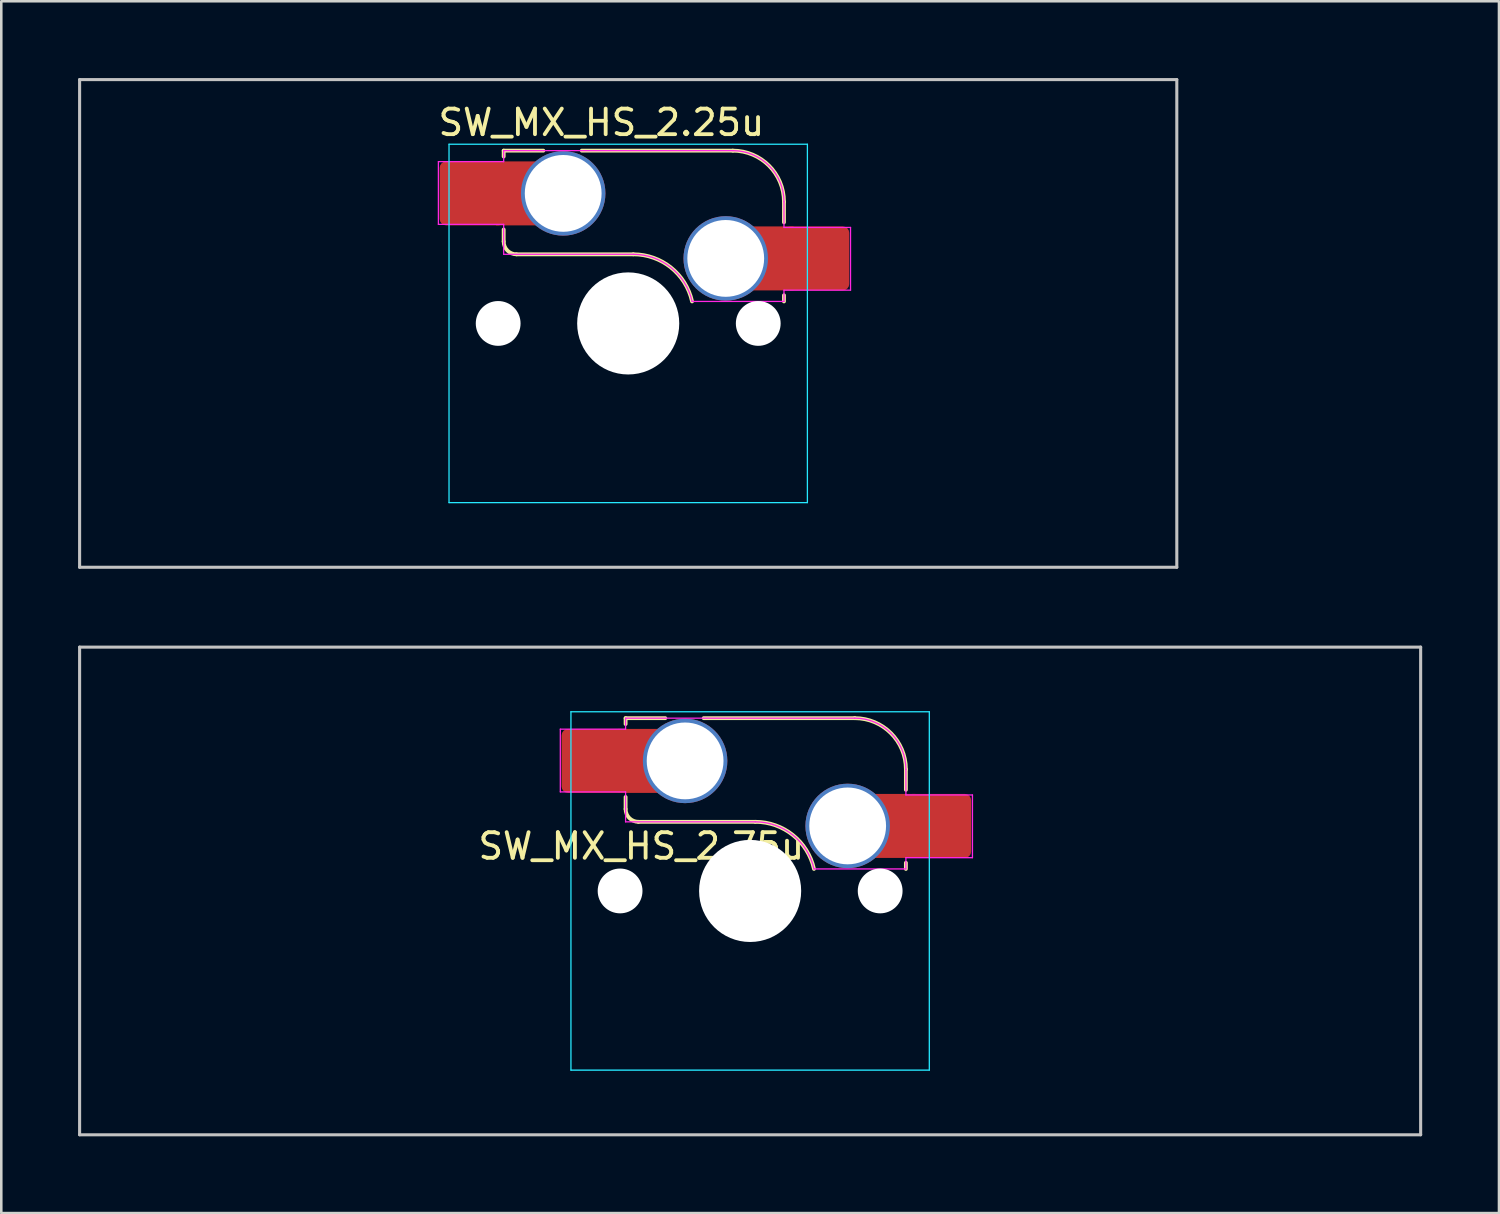
<source format=kicad_pcb>
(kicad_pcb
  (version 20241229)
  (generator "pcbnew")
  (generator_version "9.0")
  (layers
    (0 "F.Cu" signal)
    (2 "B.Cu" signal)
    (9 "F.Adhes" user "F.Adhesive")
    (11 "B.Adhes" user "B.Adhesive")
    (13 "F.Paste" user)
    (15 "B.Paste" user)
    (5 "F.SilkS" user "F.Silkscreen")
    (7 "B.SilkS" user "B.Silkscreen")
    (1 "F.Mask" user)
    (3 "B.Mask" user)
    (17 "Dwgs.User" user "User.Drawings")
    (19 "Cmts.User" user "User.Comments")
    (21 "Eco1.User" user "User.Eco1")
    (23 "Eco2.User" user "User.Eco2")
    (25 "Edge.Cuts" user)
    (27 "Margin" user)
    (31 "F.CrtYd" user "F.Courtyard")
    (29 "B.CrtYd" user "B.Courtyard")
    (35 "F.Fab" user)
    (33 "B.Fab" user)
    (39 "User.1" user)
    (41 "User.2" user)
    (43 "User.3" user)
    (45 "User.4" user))
  (footprint "SW_MX_HS_2.75u"
    (layer "F.Cu")
    (at 26.254 31.755)
    (property "Reference" "SW_MX_HS_2.75u" (at -4.25 -1.75 0) (layer "F.SilkS") (effects (font (size 1 1) (thickness 0.15))))
    (attr smd)
    (fp_line (start -4.865 -6.75) (end -4.865 -6.52) (stroke (width 0.15) (type solid)) (layer "F.SilkS"))
    (fp_line (start -4.865 -3.67) (end -4.865 -3.2) (stroke (width 0.15) (type solid)) (layer "F.SilkS"))
    (fp_line (start -4.365 -2.7) (end 0.2 -2.7) (stroke (width 0.15) (type solid)) (layer "F.SilkS"))
    (fp_line (start -3.315 -6.75) (end -4.865 -6.75) (stroke (width 0.15) (type solid)) (layer "F.SilkS"))
    (fp_line (start 4.085 -6.75) (end -1.815 -6.75) (stroke (width 0.15) (type solid)) (layer "F.SilkS"))
    (fp_line (start 6.085 -3.95) (end 6.085 -4.75) (stroke (width 0.15) (type solid)) (layer "F.SilkS"))
    (fp_line (start 6.085 -1.1) (end 6.085 -0.86) (stroke (width 0.15) (type solid)) (layer "F.SilkS"))
    (fp_arc (start -4.364824 -2.70022) (mid -4.718377 -2.846667) (end -4.864824 -3.20022) (stroke (width 0.15) (type solid)) (layer "F.SilkS"))
    (fp_arc (start 0.2 -2.70022) (mid 1.670693 -2.183637) (end 2.494322 -0.86022) (stroke (width 0.15) (type solid)) (layer "F.SilkS"))
    (fp_arc (start 4.085176 -6.75022) (mid 5.49939 -6.164434) (end 6.085176 -4.75022) (stroke (width 0.15) (type solid)) (layer "F.SilkS"))
    (fp_line (start -26.194 -9.525) (end 26.194 -9.525) (stroke (width 0.12) (type solid)) (layer "Dwgs.User"))
    (fp_line (start -26.194 9.525) (end -26.194 -9.525) (stroke (width 0.12) (type solid)) (layer "Dwgs.User"))
    (fp_line (start 26.194 -9.525) (end 26.194 9.525) (stroke (width 0.12) (type solid)) (layer "Dwgs.User"))
    (fp_line (start 26.194 9.525) (end -26.194 9.525) (stroke (width 0.12) (type solid)) (layer "Dwgs.User"))
    (fp_line (start -7 -6.5) (end -7 6.5) (stroke (width 0.05) (type solid)) (layer "Eco2.User"))
    (fp_line (start -6.5 7) (end 6.5 7) (stroke (width 0.05) (type solid)) (layer "Eco2.User"))
    (fp_line (start 6.5 -7) (end -6.5 -7) (stroke (width 0.05) (type solid)) (layer "Eco2.User"))
    (fp_line (start 7 6.5) (end 7 -6.5) (stroke (width 0.05) (type solid)) (layer "Eco2.User"))
    (fp_arc (start -7 -6.5) (mid -6.853553 -6.853553) (end -6.5 -7) (stroke (width 0.05) (type solid)) (layer "Eco2.User"))
    (fp_arc (start -6.497236 6.998884) (mid -6.850789 6.852437) (end -6.997236 6.498884) (stroke (width 0.05) (type solid)) (layer "Eco2.User"))
    (fp_arc (start 6.5 -7) (mid 6.853553 -6.853553) (end 7 -6.5) (stroke (width 0.05) (type solid)) (layer "Eco2.User"))
    (fp_arc (start 7 6.5) (mid 6.853553 6.853553) (end 6.5 7) (stroke (width 0.05) (type solid)) (layer "Eco2.User"))
    (fp_line (start -7 -7) (end 7 -7) (stroke (width 0.05) (type solid)) (layer "B.CrtYd"))
    (fp_line (start -7 7) (end -7 -7) (stroke (width 0.05) (type solid)) (layer "B.CrtYd"))
    (fp_line (start 7 -7) (end 7 7) (stroke (width 0.05) (type solid)) (layer "B.CrtYd"))
    (fp_line (start 7 7) (end -7 7) (stroke (width 0.05) (type solid)) (layer "B.CrtYd"))
    (fp_line (start -7.415 -6.32) (end -4.865 -6.32) (stroke (width 0.05) (type solid)) (layer "F.CrtYd"))
    (fp_line (start -7.415 -3.87) (end -7.415 -6.32) (stroke (width 0.05) (type solid)) (layer "F.CrtYd"))
    (fp_line (start -4.865 -6.75) (end -4.865 -6.32) (stroke (width 0.05) (type solid)) (layer "F.CrtYd"))
    (fp_line (start -4.865 -3.87) (end -7.415 -3.87) (stroke (width 0.05) (type solid)) (layer "F.CrtYd"))
    (fp_line (start -4.865 -3.87) (end -4.865 -2.7) (stroke (width 0.05) (type solid)) (layer "F.CrtYd"))
    (fp_line (start -4.865 -2.7) (end 0.2 -2.7) (stroke (width 0.05) (type solid)) (layer "F.CrtYd"))
    (fp_line (start 4.085 -6.75) (end -4.865 -6.75) (stroke (width 0.05) (type solid)) (layer "F.CrtYd"))
    (fp_line (start 6.085 -3.75) (end 6.085 -4.75) (stroke (width 0.05) (type solid)) (layer "F.CrtYd"))
    (fp_line (start 6.085 -3.75) (end 8.685 -3.75) (stroke (width 0.05) (type solid)) (layer "F.CrtYd"))
    (fp_line (start 6.085 -1.3) (end 6.085 -0.86) (stroke (width 0.05) (type solid)) (layer "F.CrtYd"))
    (fp_line (start 6.085 -0.86) (end 2.494 -0.86) (stroke (width 0.05) (type solid)) (layer "F.CrtYd"))
    (fp_line (start 8.685 -3.75) (end 8.685 -1.3) (stroke (width 0.05) (type solid)) (layer "F.CrtYd"))
    (fp_line (start 8.685 -1.3) (end 6.085 -1.3) (stroke (width 0.05) (type solid)) (layer "F.CrtYd"))
    (fp_arc (start 0.2 -2.70022) (mid 1.670503 -2.183399) (end 2.494322 -0.86022) (stroke (width 0.05) (type solid)) (layer "F.CrtYd"))
    (fp_arc (start 4.085176 -6.75022) (mid 5.49939 -6.164434) (end 6.085176 -4.75022) (stroke (width 0.05) (type solid)) (layer "F.CrtYd"))
    (pad "" np_thru_hole circle (at -5.08 0) (size 1.75 1.75) (drill 1.75) (layers "*.Cu" "*.Mask"))
    (pad "" np_thru_hole circle (at 0 0) (size 3.988 3.988) (drill 3.988) (layers "*.Cu" "*.Mask"))
    (pad "" np_thru_hole circle (at 5.08 0) (size 1.75 1.75) (drill 1.75) (layers "*.Cu" "*.Mask"))
    (pad "1" thru_hole circle (at 3.81 -2.54) (size 3.3 3.3) (drill 3) (layers "*.Cu" "*.Mask"))
    (pad "1" smd rect (at 5.635 -2.54 180) (size 1.65 2.5) (layers "F.Cu"))
    (pad "1" smd roundrect (at 7.36 -2.54) (size 2.55 2.5) (layers "F.Cu" "F.Mask" "F.Paste") (roundrect_rratio 0.1))
    (pad "2" smd roundrect (at -6.09 -5.08) (size 2.55 2.5) (layers "F.Cu" "F.Mask" "F.Paste") (roundrect_rratio 0.1))
    (pad "2" smd rect (at -4.34 -5.08) (size 1.65 2.5) (layers "F.Cu"))
    (pad "2" thru_hole circle (at -2.54 -5.08) (size 3.3 3.3) (drill 3) (layers "*.Cu" "*.Mask")))
  (footprint "SW_MX_HS_2.25u"
    (layer "F.Cu")
    (at 21.491 9.585)
    (property "Reference" "SW_MX_HS_2.25u" (at -1.047 -7.848 0) (layer "F.SilkS") (effects (font (size 1 1) (thickness 0.15))))
    (attr smd)
    (fp_line (start -4.865 -6.75) (end -4.865 -6.52) (stroke (width 0.15) (type solid)) (layer "F.SilkS"))
    (fp_line (start -4.865 -3.67) (end -4.865 -3.2) (stroke (width 0.15) (type solid)) (layer "F.SilkS"))
    (fp_line (start -4.365 -2.7) (end 0.2 -2.7) (stroke (width 0.15) (type solid)) (layer "F.SilkS"))
    (fp_line (start -3.315 -6.75) (end -4.865 -6.75) (stroke (width 0.15) (type solid)) (layer "F.SilkS"))
    (fp_line (start 4.085 -6.75) (end -1.815 -6.75) (stroke (width 0.15) (type solid)) (layer "F.SilkS"))
    (fp_line (start 6.085 -3.95) (end 6.085 -4.75) (stroke (width 0.15) (type solid)) (layer "F.SilkS"))
    (fp_line (start 6.085 -1.1) (end 6.085 -0.86) (stroke (width 0.15) (type solid)) (layer "F.SilkS"))
    (fp_arc (start -4.364824 -2.70022) (mid -4.718377 -2.846667) (end -4.864824 -3.20022) (stroke (width 0.15) (type solid)) (layer "F.SilkS"))
    (fp_arc (start 0.2 -2.70022) (mid 1.670693 -2.183637) (end 2.494322 -0.86022) (stroke (width 0.15) (type solid)) (layer "F.SilkS"))
    (fp_arc (start 4.085176 -6.75022) (mid 5.499388 -6.164432) (end 6.085176 -4.75022) (stroke (width 0.15) (type solid)) (layer "F.SilkS"))
    (fp_line (start -21.431 -9.525) (end 21.431 -9.525) (stroke (width 0.12) (type solid)) (layer "Dwgs.User"))
    (fp_line (start -21.431 9.525) (end -21.431 -9.525) (stroke (width 0.12) (type solid)) (layer "Dwgs.User"))
    (fp_line (start 21.431 -9.525) (end 21.431 9.525) (stroke (width 0.12) (type solid)) (layer "Dwgs.User"))
    (fp_line (start 21.431 9.525) (end -21.431 9.525) (stroke (width 0.12) (type solid)) (layer "Dwgs.User"))
    (fp_line (start -7 -6.5) (end -7 6.5) (stroke (width 0.05) (type solid)) (layer "Eco2.User"))
    (fp_line (start -6.5 7) (end 6.5 7) (stroke (width 0.05) (type solid)) (layer "Eco2.User"))
    (fp_line (start 6.5 -7) (end -6.5 -7) (stroke (width 0.05) (type solid)) (layer "Eco2.User"))
    (fp_line (start 7 6.5) (end 7 -6.5) (stroke (width 0.05) (type solid)) (layer "Eco2.User"))
    (fp_arc (start -7 -6.5) (mid -6.853553 -6.853553) (end -6.5 -7) (stroke (width 0.05) (type solid)) (layer "Eco2.User"))
    (fp_arc (start -6.497236 6.998884) (mid -6.850789 6.852437) (end -6.997236 6.498884) (stroke (width 0.05) (type solid)) (layer "Eco2.User"))
    (fp_arc (start 6.5 -7) (mid 6.853553 -6.853553) (end 7 -6.5) (stroke (width 0.05) (type solid)) (layer "Eco2.User"))
    (fp_arc (start 7 6.5) (mid 6.853553 6.853553) (end 6.5 7) (stroke (width 0.05) (type solid)) (layer "Eco2.User"))
    (fp_line (start -7 -7) (end 7 -7) (stroke (width 0.05) (type solid)) (layer "B.CrtYd"))
    (fp_line (start -7 7) (end -7 -7) (stroke (width 0.05) (type solid)) (layer "B.CrtYd"))
    (fp_line (start 7 -7) (end 7 7) (stroke (width 0.05) (type solid)) (layer "B.CrtYd"))
    (fp_line (start 7 7) (end -7 7) (stroke (width 0.05) (type solid)) (layer "B.CrtYd"))
    (fp_line (start -7.415 -6.32) (end -4.865 -6.32) (stroke (width 0.05) (type solid)) (layer "F.CrtYd"))
    (fp_line (start -7.415 -3.87) (end -7.415 -6.32) (stroke (width 0.05) (type solid)) (layer "F.CrtYd"))
    (fp_line (start -4.865 -6.75) (end -4.865 -6.32) (stroke (width 0.05) (type solid)) (layer "F.CrtYd"))
    (fp_line (start -4.865 -3.87) (end -7.415 -3.87) (stroke (width 0.05) (type solid)) (layer "F.CrtYd"))
    (fp_line (start -4.865 -3.87) (end -4.865 -2.7) (stroke (width 0.05) (type solid)) (layer "F.CrtYd"))
    (fp_line (start -4.865 -2.7) (end 0.2 -2.7) (stroke (width 0.05) (type solid)) (layer "F.CrtYd"))
    (fp_line (start 4.085 -6.75) (end -4.865 -6.75) (stroke (width 0.05) (type solid)) (layer "F.CrtYd"))
    (fp_line (start 6.085 -3.75) (end 6.085 -4.75) (stroke (width 0.05) (type solid)) (layer "F.CrtYd"))
    (fp_line (start 6.085 -3.75) (end 8.685 -3.75) (stroke (width 0.05) (type solid)) (layer "F.CrtYd"))
    (fp_line (start 6.085 -1.3) (end 6.085 -0.86) (stroke (width 0.05) (type solid)) (layer "F.CrtYd"))
    (fp_line (start 6.085 -0.86) (end 2.494 -0.86) (stroke (width 0.05) (type solid)) (layer "F.CrtYd"))
    (fp_line (start 8.685 -3.75) (end 8.685 -1.3) (stroke (width 0.05) (type solid)) (layer "F.CrtYd"))
    (fp_line (start 8.685 -1.3) (end 6.085 -1.3) (stroke (width 0.05) (type solid)) (layer "F.CrtYd"))
    (fp_arc (start 0.2 -2.70022) (mid 1.670503 -2.1834) (end 2.494322 -0.86022) (stroke (width 0.05) (type solid)) (layer "F.CrtYd"))
    (fp_arc (start 4.085176 -6.75022) (mid 5.499388 -6.164432) (end 6.085176 -4.75022) (stroke (width 0.05) (type solid)) (layer "F.CrtYd"))
    (pad "" np_thru_hole circle (at -5.08 0 180) (size 1.75 1.75) (drill 1.75) (layers "*.Cu" "*.Mask"))
    (pad "" np_thru_hole circle (at 0 0 180) (size 3.988 3.988) (drill 3.988) (layers "*.Cu" "*.Mask"))
    (pad "" np_thru_hole circle (at 5.08 0 180) (size 1.75 1.75) (drill 1.75) (layers "*.Cu" "*.Mask"))
    (pad "1" thru_hole circle (at 3.81 -2.54 180) (size 3.3 3.3) (drill 3) (layers "*.Cu" "*.Mask"))
    (pad "1" smd rect (at 5.635 -2.54) (size 1.65 2.5) (layers "F.Cu"))
    (pad "1" smd roundrect (at 7.36 -2.54 180) (size 2.55 2.5) (layers "F.Cu" "F.Mask" "F.Paste") (roundrect_rratio 0.1))
    (pad "2" smd roundrect (at -6.09 -5.08 180) (size 2.55 2.5) (layers "F.Cu" "F.Mask" "F.Paste") (roundrect_rratio 0.1))
    (pad "2" smd rect (at -4.34 -5.08 180) (size 1.65 2.5) (layers "F.Cu"))
    (pad "2" thru_hole circle (at -2.54 -5.08 180) (size 3.3 3.3) (drill 3) (layers "*.Cu" "*.Mask")))
  (gr_rect
    (start -3 -3)
    (end 55.508 44.34)
    (stroke (width 0.1) (type default))
    (fill no)
    (layer "Edge.Cuts")))
</source>
